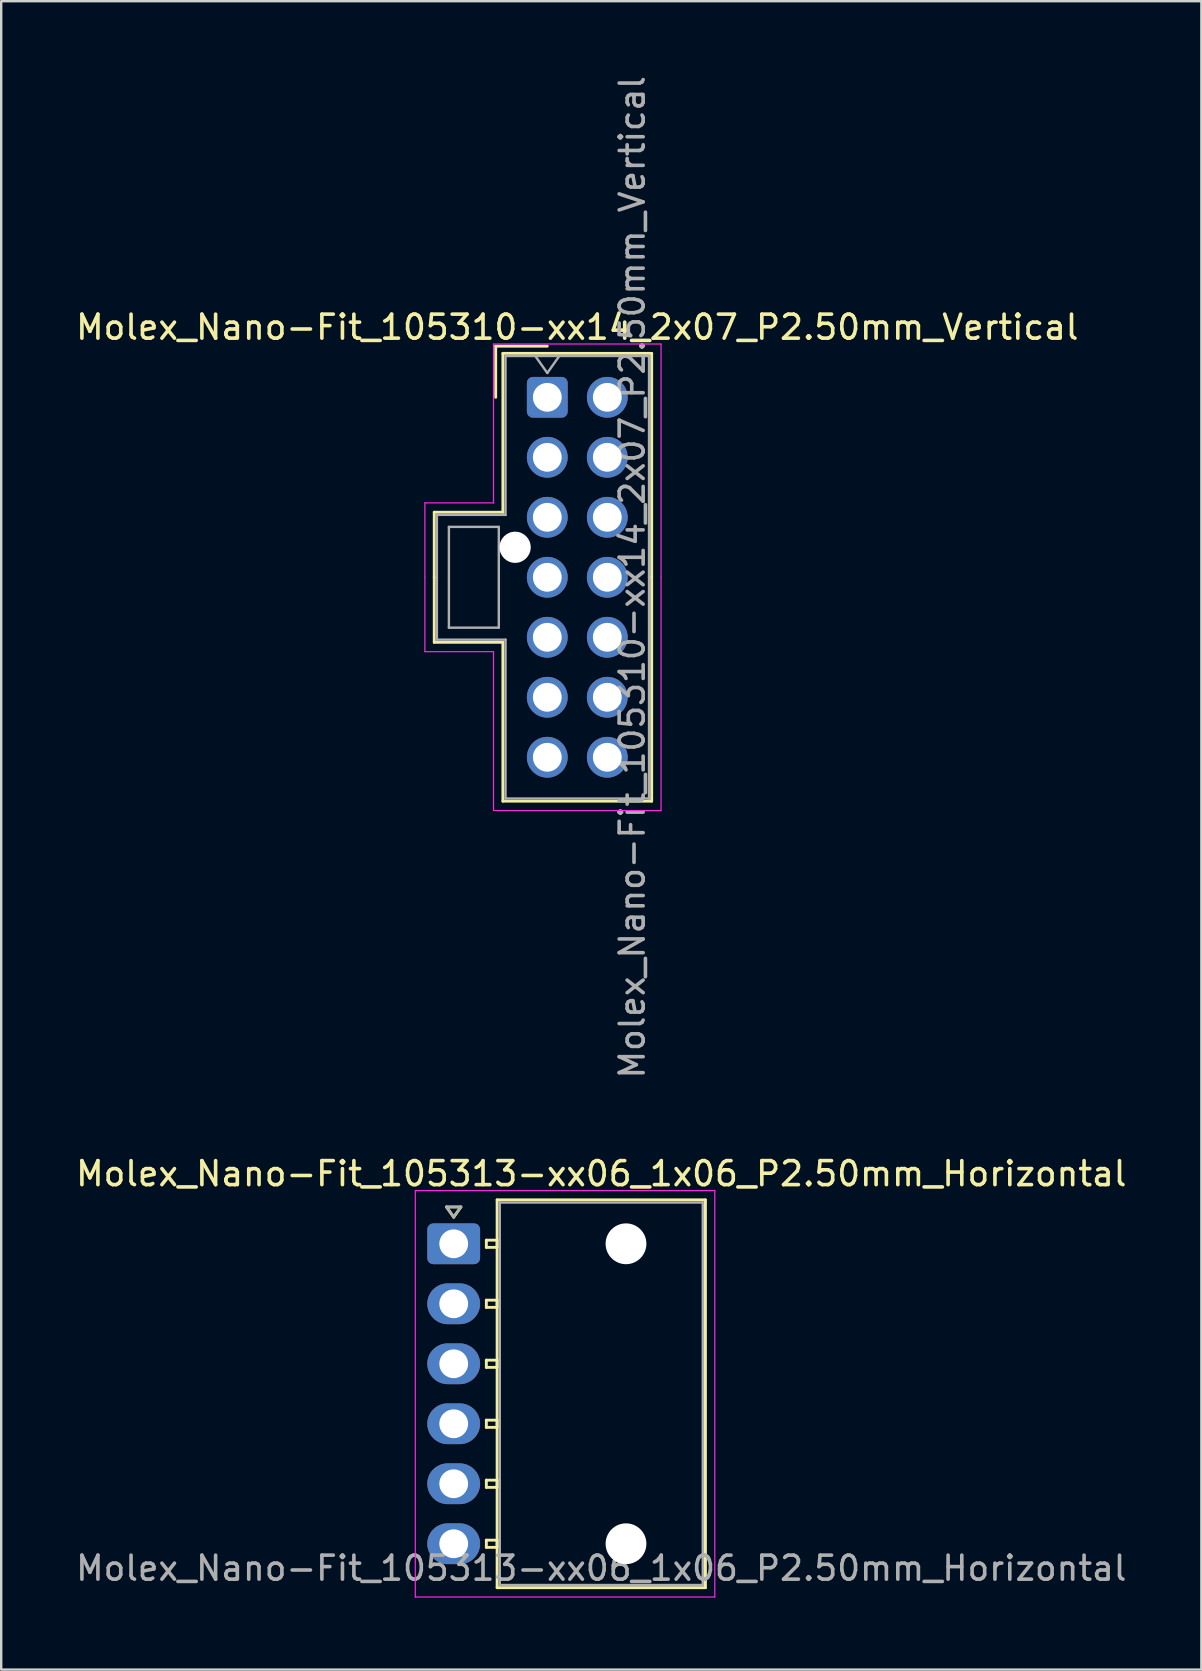
<source format=kicad_pcb>
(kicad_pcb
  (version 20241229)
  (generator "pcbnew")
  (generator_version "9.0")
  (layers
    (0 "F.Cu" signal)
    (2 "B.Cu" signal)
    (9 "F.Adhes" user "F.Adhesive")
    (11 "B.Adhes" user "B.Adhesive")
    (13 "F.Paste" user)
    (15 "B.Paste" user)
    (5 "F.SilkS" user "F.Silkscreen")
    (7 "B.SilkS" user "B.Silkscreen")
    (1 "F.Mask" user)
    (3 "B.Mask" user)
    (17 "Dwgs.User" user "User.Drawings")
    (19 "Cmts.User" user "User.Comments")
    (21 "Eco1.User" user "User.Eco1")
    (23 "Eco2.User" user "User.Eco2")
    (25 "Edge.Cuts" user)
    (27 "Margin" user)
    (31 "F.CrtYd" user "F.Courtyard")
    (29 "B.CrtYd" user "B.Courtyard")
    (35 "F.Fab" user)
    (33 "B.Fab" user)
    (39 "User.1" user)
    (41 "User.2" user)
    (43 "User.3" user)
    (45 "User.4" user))
  (footprint "Molex_Nano-Fit_105310-xx14_2x07_P2.50mm_Vertical"
    (layer "F.Cu")
    (at 19.756 13.506)
    (property "Reference" "Molex_Nano-Fit_105310-xx14_2x07_P2.50mm_Vertical" (at 1.25 -2.92 0) (layer "F.SilkS") (effects (font (size 1 1) (thickness 0.15))))
    (attr through_hole)
    (fp_line (start -4.71 4.79) (end -4.71 7.5) (stroke (width 0.12) (type solid)) (layer "F.SilkS"))
    (fp_line (start -4.71 10.21) (end -4.71 7.5) (stroke (width 0.12) (type solid)) (layer "F.SilkS"))
    (fp_line (start -2.15 -2.13) (end -2.15 0) (stroke (width 0.12) (type solid)) (layer "F.SilkS"))
    (fp_line (start -1.85 -1.83) (end -1.85 4.79) (stroke (width 0.12) (type solid)) (layer "F.SilkS"))
    (fp_line (start -1.85 4.79) (end -4.71 4.79) (stroke (width 0.12) (type solid)) (layer "F.SilkS"))
    (fp_line (start -1.85 10.21) (end -4.71 10.21) (stroke (width 0.12) (type solid)) (layer "F.SilkS"))
    (fp_line (start -1.85 16.83) (end -1.85 10.21) (stroke (width 0.12) (type solid)) (layer "F.SilkS"))
    (fp_line (start 0 -2.13) (end -2.15 -2.13) (stroke (width 0.12) (type solid)) (layer "F.SilkS"))
    (fp_line (start 4.35 -1.83) (end -1.85 -1.83) (stroke (width 0.12) (type solid)) (layer "F.SilkS"))
    (fp_line (start 4.35 7.5) (end 4.35 -1.83) (stroke (width 0.12) (type solid)) (layer "F.SilkS"))
    (fp_line (start 4.35 7.5) (end 4.35 16.83) (stroke (width 0.12) (type solid)) (layer "F.SilkS"))
    (fp_line (start 4.35 16.83) (end -1.85 16.83) (stroke (width 0.12) (type solid)) (layer "F.SilkS"))
    (fp_line (start -5.1 4.4) (end -5.1 7.5) (stroke (width 0.05) (type solid)) (layer "F.CrtYd"))
    (fp_line (start -5.1 10.6) (end -5.1 7.5) (stroke (width 0.05) (type solid)) (layer "F.CrtYd"))
    (fp_line (start -2.24 -2.22) (end -2.24 4.4) (stroke (width 0.05) (type solid)) (layer "F.CrtYd"))
    (fp_line (start -2.24 4.4) (end -5.1 4.4) (stroke (width 0.05) (type solid)) (layer "F.CrtYd"))
    (fp_line (start -2.24 10.6) (end -5.1 10.6) (stroke (width 0.05) (type solid)) (layer "F.CrtYd"))
    (fp_line (start -2.24 17.22) (end -2.24 10.6) (stroke (width 0.05) (type solid)) (layer "F.CrtYd"))
    (fp_line (start 4.74 -2.22) (end -2.24 -2.22) (stroke (width 0.05) (type solid)) (layer "F.CrtYd"))
    (fp_line (start 4.74 7.5) (end 4.74 -2.22) (stroke (width 0.05) (type solid)) (layer "F.CrtYd"))
    (fp_line (start 4.74 7.5) (end 4.74 17.22) (stroke (width 0.05) (type solid)) (layer "F.CrtYd"))
    (fp_line (start 4.74 17.22) (end -2.24 17.22) (stroke (width 0.05) (type solid)) (layer "F.CrtYd"))
    (fp_line (start -4.6 4.9) (end -4.6 7.5) (stroke (width 0.1) (type solid)) (layer "F.Fab"))
    (fp_line (start -4.6 10.1) (end -4.6 7.5) (stroke (width 0.1) (type solid)) (layer "F.Fab"))
    (fp_line (start -4.1 5.4) (end -4.1 9.6) (stroke (width 0.1) (type solid)) (layer "F.Fab"))
    (fp_line (start -4.1 9.6) (end -2.02 9.6) (stroke (width 0.1) (type solid)) (layer "F.Fab"))
    (fp_line (start -2.02 5.4) (end -4.1 5.4) (stroke (width 0.1) (type solid)) (layer "F.Fab"))
    (fp_line (start -2.02 9.6) (end -2.02 5.4) (stroke (width 0.1) (type solid)) (layer "F.Fab"))
    (fp_line (start -1.74 -1.72) (end -1.74 4.9) (stroke (width 0.1) (type solid)) (layer "F.Fab"))
    (fp_line (start -1.74 4.9) (end -4.6 4.9) (stroke (width 0.1) (type solid)) (layer "F.Fab"))
    (fp_line (start -1.74 10.1) (end -4.6 10.1) (stroke (width 0.1) (type solid)) (layer "F.Fab"))
    (fp_line (start -1.74 16.72) (end -1.74 10.1) (stroke (width 0.1) (type solid)) (layer "F.Fab"))
    (fp_line (start -0.5 -1.72) (end 0 -1.013) (stroke (width 0.1) (type solid)) (layer "F.Fab"))
    (fp_line (start 0 -1.013) (end 0.5 -1.72) (stroke (width 0.1) (type solid)) (layer "F.Fab"))
    (fp_line (start 4.24 -1.72) (end -1.74 -1.72) (stroke (width 0.1) (type solid)) (layer "F.Fab"))
    (fp_line (start 4.24 7.5) (end 4.24 -1.72) (stroke (width 0.1) (type solid)) (layer "F.Fab"))
    (fp_line (start 4.24 7.5) (end 4.24 16.72) (stroke (width 0.1) (type solid)) (layer "F.Fab"))
    (fp_line (start 4.24 16.72) (end -1.74 16.72) (stroke (width 0.1) (type solid)) (layer "F.Fab"))
    (fp_text user "${REFERENCE}" (at 3.54 7.5 90) (layer "F.Fab") (effects (font (size 1 1) (thickness 0.15))))
    (pad "" np_thru_hole circle (at -1.34 6.25) (size 1.3 1.3) (drill 1.3) (layers "*.Cu" "*.Mask"))
    (pad "1" thru_hole roundrect (at 0 0) (size 1.7 1.7) (drill 1.2) (layers "*.Cu" "*.Mask") (roundrect_rratio 0.147))
    (pad "2" thru_hole circle (at 0 2.5) (size 1.7 1.7) (drill 1.2) (layers "*.Cu" "*.Mask"))
    (pad "3" thru_hole circle (at 0 5) (size 1.7 1.7) (drill 1.2) (layers "*.Cu" "*.Mask"))
    (pad "4" thru_hole circle (at 0 7.5) (size 1.7 1.7) (drill 1.2) (layers "*.Cu" "*.Mask"))
    (pad "5" thru_hole circle (at 0 10) (size 1.7 1.7) (drill 1.2) (layers "*.Cu" "*.Mask"))
    (pad "6" thru_hole circle (at 0 12.5) (size 1.7 1.7) (drill 1.2) (layers "*.Cu" "*.Mask"))
    (pad "7" thru_hole circle (at 0 15) (size 1.7 1.7) (drill 1.2) (layers "*.Cu" "*.Mask"))
    (pad "8" thru_hole circle (at 2.5 0) (size 1.7 1.7) (drill 1.2) (layers "*.Cu" "*.Mask"))
    (pad "9" thru_hole circle (at 2.5 2.5) (size 1.7 1.7) (drill 1.2) (layers "*.Cu" "*.Mask"))
    (pad "10" thru_hole circle (at 2.5 5) (size 1.7 1.7) (drill 1.2) (layers "*.Cu" "*.Mask"))
    (pad "11" thru_hole circle (at 2.5 7.5) (size 1.7 1.7) (drill 1.2) (layers "*.Cu" "*.Mask"))
    (pad "12" thru_hole circle (at 2.5 10) (size 1.7 1.7) (drill 1.2) (layers "*.Cu" "*.Mask"))
    (pad "13" thru_hole circle (at 2.5 12.5) (size 1.7 1.7) (drill 1.2) (layers "*.Cu" "*.Mask"))
    (pad "14" thru_hole circle (at 2.5 15) (size 1.7 1.7) (drill 1.2) (layers "*.Cu" "*.Mask")))
  (footprint "Molex_Nano-Fit_105313-xx06_1x06_P2.50mm_Horizontal"
    (layer "F.Cu")
    (at 15.856 48.78)
    (property "Reference" "Molex_Nano-Fit_105313-xx06_1x06_P2.50mm_Horizontal" (at 6.15 -2.92 0) (layer "F.SilkS") (effects (font (size 1 1) (thickness 0.15))))
    (attr through_hole)
    (fp_line (start -0.3 -1.534) (end 0 -1.11) (stroke (width 0.12) (type solid)) (layer "F.SilkS"))
    (fp_line (start 0 -1.11) (end 0.3 -1.534) (stroke (width 0.12) (type solid)) (layer "F.SilkS"))
    (fp_line (start 0.3 -1.534) (end -0.3 -1.534) (stroke (width 0.12) (type solid)) (layer "F.SilkS"))
    (fp_line (start 1.36 -0.15) (end 1.36 0.15) (stroke (width 0.12) (type solid)) (layer "F.SilkS"))
    (fp_line (start 1.36 0.15) (end 1.81 0.15) (stroke (width 0.12) (type solid)) (layer "F.SilkS"))
    (fp_line (start 1.36 2.35) (end 1.36 2.65) (stroke (width 0.12) (type solid)) (layer "F.SilkS"))
    (fp_line (start 1.36 2.65) (end 1.81 2.65) (stroke (width 0.12) (type solid)) (layer "F.SilkS"))
    (fp_line (start 1.36 4.85) (end 1.36 5.15) (stroke (width 0.12) (type solid)) (layer "F.SilkS"))
    (fp_line (start 1.36 5.15) (end 1.81 5.15) (stroke (width 0.12) (type solid)) (layer "F.SilkS"))
    (fp_line (start 1.36 7.35) (end 1.36 7.65) (stroke (width 0.12) (type solid)) (layer "F.SilkS"))
    (fp_line (start 1.36 7.65) (end 1.81 7.65) (stroke (width 0.12) (type solid)) (layer "F.SilkS"))
    (fp_line (start 1.36 9.85) (end 1.36 10.15) (stroke (width 0.12) (type solid)) (layer "F.SilkS"))
    (fp_line (start 1.36 10.15) (end 1.81 10.15) (stroke (width 0.12) (type solid)) (layer "F.SilkS"))
    (fp_line (start 1.36 12.35) (end 1.36 12.65) (stroke (width 0.12) (type solid)) (layer "F.SilkS"))
    (fp_line (start 1.36 12.65) (end 1.81 12.65) (stroke (width 0.12) (type solid)) (layer "F.SilkS"))
    (fp_line (start 1.81 -1.83) (end 1.81 14.33) (stroke (width 0.12) (type solid)) (layer "F.SilkS"))
    (fp_line (start 1.81 -0.15) (end 1.36 -0.15) (stroke (width 0.12) (type solid)) (layer "F.SilkS"))
    (fp_line (start 1.81 0.15) (end 1.81 -0.15) (stroke (width 0.12) (type solid)) (layer "F.SilkS"))
    (fp_line (start 1.81 2.35) (end 1.36 2.35) (stroke (width 0.12) (type solid)) (layer "F.SilkS"))
    (fp_line (start 1.81 2.65) (end 1.81 2.35) (stroke (width 0.12) (type solid)) (layer "F.SilkS"))
    (fp_line (start 1.81 4.85) (end 1.36 4.85) (stroke (width 0.12) (type solid)) (layer "F.SilkS"))
    (fp_line (start 1.81 5.15) (end 1.81 4.85) (stroke (width 0.12) (type solid)) (layer "F.SilkS"))
    (fp_line (start 1.81 7.35) (end 1.36 7.35) (stroke (width 0.12) (type solid)) (layer "F.SilkS"))
    (fp_line (start 1.81 7.65) (end 1.81 7.35) (stroke (width 0.12) (type solid)) (layer "F.SilkS"))
    (fp_line (start 1.81 9.85) (end 1.36 9.85) (stroke (width 0.12) (type solid)) (layer "F.SilkS"))
    (fp_line (start 1.81 10.15) (end 1.81 9.85) (stroke (width 0.12) (type solid)) (layer "F.SilkS"))
    (fp_line (start 1.81 12.35) (end 1.36 12.35) (stroke (width 0.12) (type solid)) (layer "F.SilkS"))
    (fp_line (start 1.81 12.65) (end 1.81 12.35) (stroke (width 0.12) (type solid)) (layer "F.SilkS"))
    (fp_line (start 1.81 14.33) (end 10.49 14.33) (stroke (width 0.12) (type solid)) (layer "F.SilkS"))
    (fp_line (start 10.49 -1.83) (end 1.81 -1.83) (stroke (width 0.12) (type solid)) (layer "F.SilkS"))
    (fp_line (start 10.49 14.33) (end 10.49 -1.83) (stroke (width 0.12) (type solid)) (layer "F.SilkS"))
    (fp_line (start -1.6 -2.22) (end -1.6 14.72) (stroke (width 0.05) (type solid)) (layer "F.CrtYd"))
    (fp_line (start -1.6 14.72) (end 10.88 14.72) (stroke (width 0.05) (type solid)) (layer "F.CrtYd"))
    (fp_line (start 10.88 -2.22) (end -1.6 -2.22) (stroke (width 0.05) (type solid)) (layer "F.CrtYd"))
    (fp_line (start 10.88 14.72) (end 10.88 -2.22) (stroke (width 0.05) (type solid)) (layer "F.CrtYd"))
    (fp_line (start -0.3 -1.534) (end 0 -1.11) (stroke (width 0.1) (type solid)) (layer "F.Fab"))
    (fp_line (start 0 -1.11) (end 0.3 -1.534) (stroke (width 0.1) (type solid)) (layer "F.Fab"))
    (fp_line (start 0.3 -1.534) (end -0.3 -1.534) (stroke (width 0.1) (type solid)) (layer "F.Fab"))
    (fp_line (start 1.92 -1.72) (end 1.92 14.22) (stroke (width 0.1) (type solid)) (layer "F.Fab"))
    (fp_line (start 1.92 14.22) (end 10.38 14.22) (stroke (width 0.1) (type solid)) (layer "F.Fab"))
    (fp_line (start 10.38 -1.72) (end 1.92 -1.72) (stroke (width 0.1) (type solid)) (layer "F.Fab"))
    (fp_line (start 10.38 14.22) (end 10.38 -1.72) (stroke (width 0.1) (type solid)) (layer "F.Fab"))
    (fp_text user "${REFERENCE}" (at 6.15 13.52 0) (layer "F.Fab") (effects (font (size 1 1) (thickness 0.15))))
    (pad "" np_thru_hole circle (at 7.18 0) (size 1.7 1.7) (drill 1.7) (layers "*.Cu" "*.Mask"))
    (pad "" np_thru_hole circle (at 7.18 12.5) (size 1.7 1.7) (drill 1.7) (layers "*.Cu" "*.Mask"))
    (pad "1" thru_hole roundrect (at 0 0) (size 2.2 1.7) (drill 1.2) (layers "*.Cu" "*.Mask") (roundrect_rratio 0.147))
    (pad "2" thru_hole oval (at 0 2.5) (size 2.2 1.7) (drill 1.2) (layers "*.Cu" "*.Mask"))
    (pad "3" thru_hole oval (at 0 5) (size 2.2 1.7) (drill 1.2) (layers "*.Cu" "*.Mask"))
    (pad "4" thru_hole oval (at 0 7.5) (size 2.2 1.7) (drill 1.2) (layers "*.Cu" "*.Mask"))
    (pad "5" thru_hole oval (at 0 10) (size 2.2 1.7) (drill 1.2) (layers "*.Cu" "*.Mask"))
    (pad "6" thru_hole oval (at 0 12.5) (size 2.2 1.7) (drill 1.2) (layers "*.Cu" "*.Mask")))
  (gr_rect
    (start -3 -3)
    (end 47.012 66.525)
    (stroke (width 0.1) (type default))
    (fill no)
    (layer "Edge.Cuts")))
</source>
